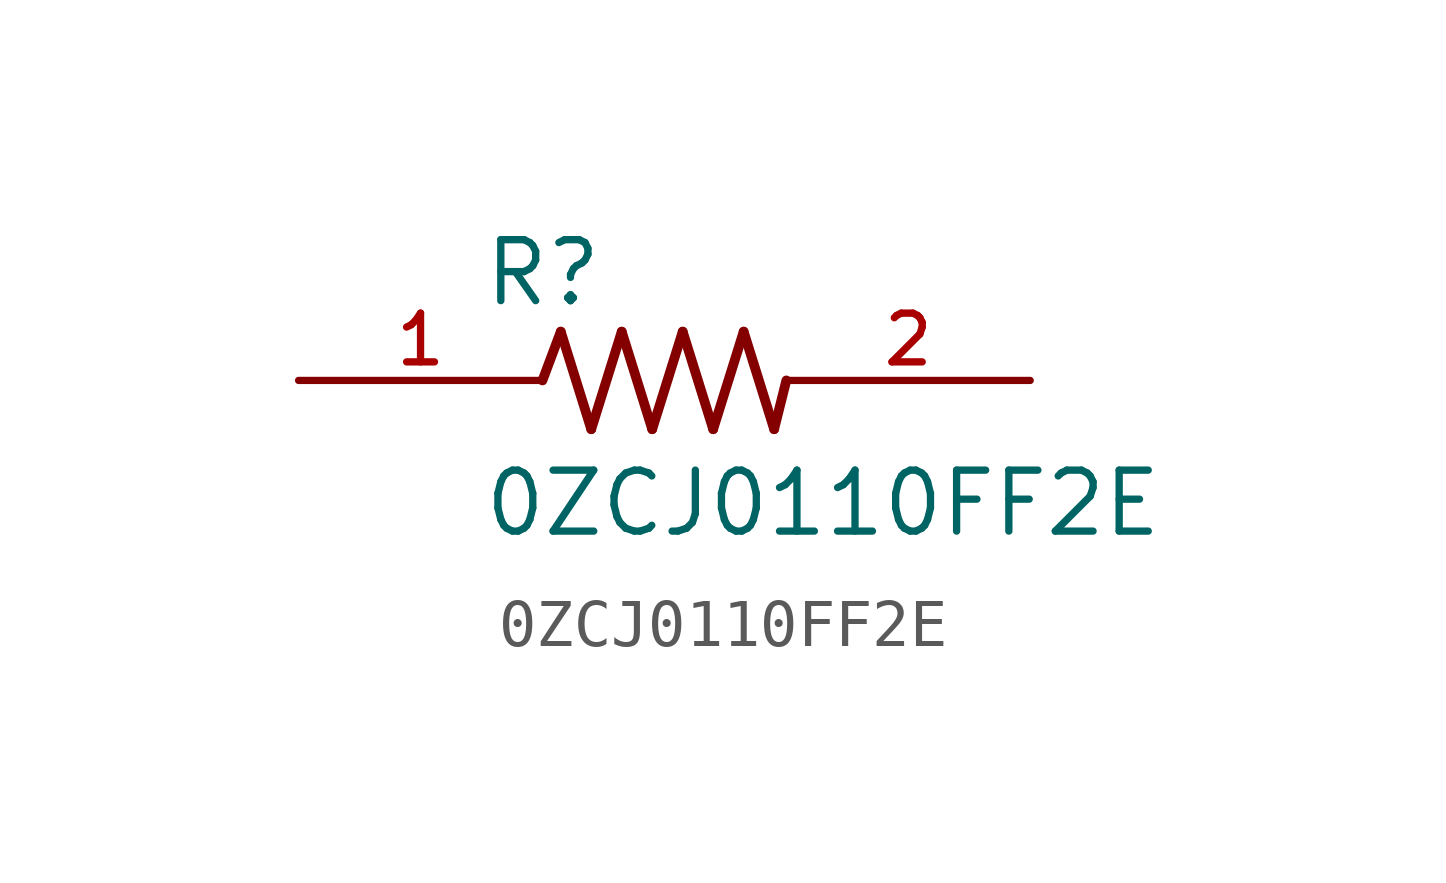
<source format=kicad_sym>
(kicad_symbol_lib
  (version 20211014)
  (generator kicad_symbol_editor)
  (symbol "0ZCJ0110FF2E"
    (pin_names
      (offset 1.016))
    (property "Reference" "R"
      (at -3.81 1.499 0)
      (effects (font (size 1.27 1.27)) (justify bottom left)))
    (property "Value" "0ZCJ0110FF2E"
      (at -3.81 -3.302 0)
      (effects (font (size 1.27 1.27)) (justify bottom left)))
    (symbol "0ZCJ0110FF2E_0_0"
      (polyline (pts (xy -2.54 0.0) (xy -2.159 1.016)) (stroke (width 0.203)))
      (polyline (pts (xy -2.159 1.016) (xy -1.524 -1.016)) (stroke (width 0.203)))
      (polyline (pts (xy -1.524 -1.016) (xy -0.889 1.016)) (stroke (width 0.203)))
      (polyline (pts (xy -0.889 1.016) (xy -0.254 -1.016)) (stroke (width 0.203)))
      (polyline (pts (xy -0.254 -1.016) (xy 0.381 1.016)) (stroke (width 0.203)))
      (polyline (pts (xy 0.381 1.016) (xy 1.016 -1.016)) (stroke (width 0.203)))
      (polyline (pts (xy 1.016 -1.016) (xy 1.651 1.016)) (stroke (width 0.203)))
      (polyline (pts (xy 1.651 1.016) (xy 2.286 -1.016)) (stroke (width 0.203)))
      (polyline (pts (xy 2.286 -1.016) (xy 2.54 0.0)) (stroke (width 0.203)))
      (pin passive line (at 7.62 0.0 180.0) (length 5.08) (name "~" (effects (font (size 1.016 1.016)))) (number "2" (effects (font (size 1.016 1.016)))))
      (pin passive line (at -7.62 0.0 0) (length 5.08) (name "~" (effects (font (size 1.016 1.016)))) (number "1" (effects (font (size 1.016 1.016))))))))
</source>
